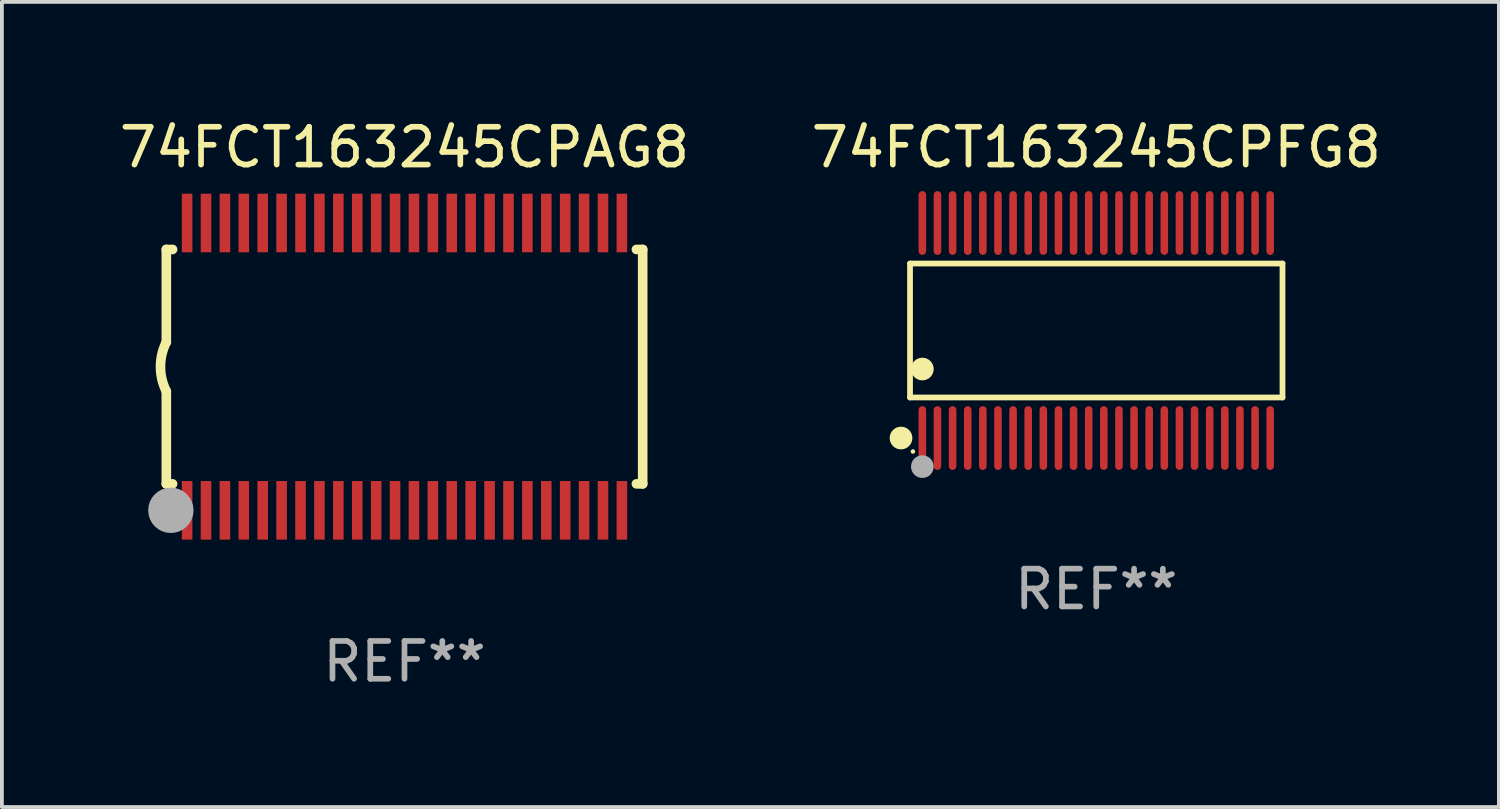
<source format=kicad_pcb>
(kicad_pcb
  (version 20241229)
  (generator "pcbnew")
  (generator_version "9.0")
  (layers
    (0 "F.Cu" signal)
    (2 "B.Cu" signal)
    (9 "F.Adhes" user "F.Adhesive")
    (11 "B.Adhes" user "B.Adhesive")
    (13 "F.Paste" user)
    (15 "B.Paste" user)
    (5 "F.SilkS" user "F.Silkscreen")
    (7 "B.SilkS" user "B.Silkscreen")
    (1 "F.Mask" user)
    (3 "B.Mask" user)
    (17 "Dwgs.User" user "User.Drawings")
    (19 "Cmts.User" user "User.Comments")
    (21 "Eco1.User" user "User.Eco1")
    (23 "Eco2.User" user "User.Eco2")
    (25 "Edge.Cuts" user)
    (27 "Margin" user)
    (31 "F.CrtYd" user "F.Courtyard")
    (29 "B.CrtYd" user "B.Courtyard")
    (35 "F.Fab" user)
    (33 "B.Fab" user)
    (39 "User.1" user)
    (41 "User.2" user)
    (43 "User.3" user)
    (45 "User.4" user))
  (footprint "74FCT163245CPAG8"
    (layer "F.Cu")
    (at 7.649 6.648)
    (property "Reference" "74FCT163245CPAG8" (at 0 -5.8 0) (layer "F.SilkS") (effects (font (size 1 1) (thickness 0.15))))
    (attr through_hole)
    (fp_line (start -6.3 -3.1) (end -6.3 -0.65) (stroke (width 0.254) (type solid)) (layer "F.SilkS"))
    (fp_line (start -6.3 -3.1) (end -6.134 -3.1) (stroke (width 0.254) (type solid)) (layer "F.SilkS"))
    (fp_line (start -6.3 3.1) (end -6.3 0.65) (stroke (width 0.254) (type solid)) (layer "F.SilkS"))
    (fp_line (start -6.3 3.1) (end -6.134 3.1) (stroke (width 0.254) (type solid)) (layer "F.SilkS"))
    (fp_line (start 6.134 -3.1) (end 6.3 -3.1) (stroke (width 0.254) (type solid)) (layer "F.SilkS"))
    (fp_line (start 6.134 3.1) (end 6.3 3.1) (stroke (width 0.254) (type solid)) (layer "F.SilkS"))
    (fp_line (start 6.3 -3.1) (end 6.3 3.1) (stroke (width 0.254) (type solid)) (layer "F.SilkS"))
    (fp_arc (start -6.301016 0.650114) (mid -6.45413 -0.000082) (end -6.3 -0.650038) (stroke (width 0.254001) (type solid)) (layer "F.SilkS"))
    (fp_circle (center -6.35 3.81) (end -6.223 3.81) (stroke (width 0.254) (type solid)) (fill no) (layer "F.SilkS"))
    (fp_circle (center -6.25 4.05) (end -6.22 4.05) (stroke (width 0.06) (type solid)) (fill no) (layer "F.SilkS"))
    (fp_circle (center -6.18 3.8) (end -5.88 3.8) (stroke (width 0.6) (type solid)) (fill no) (layer "F.Fab"))
    (fp_text user "REF**" (at 0 7.8 0) (layer "F.Fab") (effects (font (size 1 1) (thickness 0.15))))
    (pad "1" smd rect (at -5.75 3.8) (size 0.28 1.55) (layers "F.Cu" "F.Mask" "F.Paste"))
    (pad "2" smd rect (at -5.25 3.8) (size 0.28 1.55) (layers "F.Cu" "F.Mask" "F.Paste"))
    (pad "3" smd rect (at -4.75 3.8) (size 0.28 1.55) (layers "F.Cu" "F.Mask" "F.Paste"))
    (pad "4" smd rect (at -4.25 3.8) (size 0.28 1.55) (layers "F.Cu" "F.Mask" "F.Paste"))
    (pad "5" smd rect (at -3.75 3.8) (size 0.28 1.55) (layers "F.Cu" "F.Mask" "F.Paste"))
    (pad "6" smd rect (at -3.25 3.8) (size 0.28 1.55) (layers "F.Cu" "F.Mask" "F.Paste"))
    (pad "7" smd rect (at -2.75 3.8) (size 0.28 1.55) (layers "F.Cu" "F.Mask" "F.Paste"))
    (pad "8" smd rect (at -2.25 3.8) (size 0.28 1.55) (layers "F.Cu" "F.Mask" "F.Paste"))
    (pad "9" smd rect (at -1.75 3.8) (size 0.28 1.55) (layers "F.Cu" "F.Mask" "F.Paste"))
    (pad "10" smd rect (at -1.25 3.8) (size 0.28 1.55) (layers "F.Cu" "F.Mask" "F.Paste"))
    (pad "11" smd rect (at -0.75 3.8) (size 0.28 1.55) (layers "F.Cu" "F.Mask" "F.Paste"))
    (pad "12" smd rect (at -0.25 3.8) (size 0.28 1.55) (layers "F.Cu" "F.Mask" "F.Paste"))
    (pad "13" smd rect (at 0.25 3.8) (size 0.28 1.55) (layers "F.Cu" "F.Mask" "F.Paste"))
    (pad "14" smd rect (at 0.75 3.8) (size 0.28 1.55) (layers "F.Cu" "F.Mask" "F.Paste"))
    (pad "15" smd rect (at 1.25 3.8) (size 0.28 1.55) (layers "F.Cu" "F.Mask" "F.Paste"))
    (pad "16" smd rect (at 1.75 3.8) (size 0.28 1.55) (layers "F.Cu" "F.Mask" "F.Paste"))
    (pad "17" smd rect (at 2.25 3.8) (size 0.28 1.55) (layers "F.Cu" "F.Mask" "F.Paste"))
    (pad "18" smd rect (at 2.75 3.8) (size 0.28 1.55) (layers "F.Cu" "F.Mask" "F.Paste"))
    (pad "19" smd rect (at 3.25 3.8) (size 0.28 1.55) (layers "F.Cu" "F.Mask" "F.Paste"))
    (pad "20" smd rect (at 3.75 3.8) (size 0.28 1.55) (layers "F.Cu" "F.Mask" "F.Paste"))
    (pad "21" smd rect (at 4.25 3.8) (size 0.28 1.55) (layers "F.Cu" "F.Mask" "F.Paste"))
    (pad "22" smd rect (at 4.75 3.8) (size 0.28 1.55) (layers "F.Cu" "F.Mask" "F.Paste"))
    (pad "23" smd rect (at 5.25 3.8) (size 0.28 1.55) (layers "F.Cu" "F.Mask" "F.Paste"))
    (pad "24" smd rect (at 5.75 3.8) (size 0.28 1.55) (layers "F.Cu" "F.Mask" "F.Paste"))
    (pad "25" smd rect (at 5.75 -3.8) (size 0.28 1.55) (layers "F.Cu" "F.Mask" "F.Paste"))
    (pad "26" smd rect (at 5.25 -3.8) (size 0.28 1.55) (layers "F.Cu" "F.Mask" "F.Paste"))
    (pad "27" smd rect (at 4.75 -3.8) (size 0.28 1.55) (layers "F.Cu" "F.Mask" "F.Paste"))
    (pad "28" smd rect (at 4.25 -3.8) (size 0.28 1.55) (layers "F.Cu" "F.Mask" "F.Paste"))
    (pad "29" smd rect (at 3.75 -3.8) (size 0.28 1.55) (layers "F.Cu" "F.Mask" "F.Paste"))
    (pad "30" smd rect (at 3.25 -3.8) (size 0.28 1.55) (layers "F.Cu" "F.Mask" "F.Paste"))
    (pad "31" smd rect (at 2.75 -3.8) (size 0.28 1.55) (layers "F.Cu" "F.Mask" "F.Paste"))
    (pad "32" smd rect (at 2.25 -3.8) (size 0.28 1.55) (layers "F.Cu" "F.Mask" "F.Paste"))
    (pad "33" smd rect (at 1.75 -3.8) (size 0.28 1.55) (layers "F.Cu" "F.Mask" "F.Paste"))
    (pad "34" smd rect (at 1.25 -3.8) (size 0.28 1.55) (layers "F.Cu" "F.Mask" "F.Paste"))
    (pad "35" smd rect (at 0.75 -3.8) (size 0.28 1.55) (layers "F.Cu" "F.Mask" "F.Paste"))
    (pad "36" smd rect (at 0.25 -3.8) (size 0.28 1.55) (layers "F.Cu" "F.Mask" "F.Paste"))
    (pad "37" smd rect (at -0.25 -3.8) (size 0.28 1.55) (layers "F.Cu" "F.Mask" "F.Paste"))
    (pad "38" smd rect (at -0.75 -3.8) (size 0.28 1.55) (layers "F.Cu" "F.Mask" "F.Paste"))
    (pad "39" smd rect (at -1.25 -3.8) (size 0.28 1.55) (layers "F.Cu" "F.Mask" "F.Paste"))
    (pad "40" smd rect (at -1.75 -3.8) (size 0.28 1.55) (layers "F.Cu" "F.Mask" "F.Paste"))
    (pad "41" smd rect (at -2.25 -3.8) (size 0.28 1.55) (layers "F.Cu" "F.Mask" "F.Paste"))
    (pad "42" smd rect (at -2.75 -3.8) (size 0.28 1.55) (layers "F.Cu" "F.Mask" "F.Paste"))
    (pad "43" smd rect (at -3.25 -3.8) (size 0.28 1.55) (layers "F.Cu" "F.Mask" "F.Paste"))
    (pad "44" smd rect (at -3.75 -3.8) (size 0.28 1.55) (layers "F.Cu" "F.Mask" "F.Paste"))
    (pad "45" smd rect (at -4.25 -3.8) (size 0.28 1.55) (layers "F.Cu" "F.Mask" "F.Paste"))
    (pad "46" smd rect (at -4.75 -3.8) (size 0.28 1.55) (layers "F.Cu" "F.Mask" "F.Paste"))
    (pad "47" smd rect (at -5.25 -3.8) (size 0.28 1.55) (layers "F.Cu" "F.Mask" "F.Paste"))
    (pad "48" smd rect (at -5.75 -3.8) (size 0.28 1.55) (layers "F.Cu" "F.Mask" "F.Paste")))
  (footprint "74FCT163245CPFG8"
    (layer "F.Cu")
    (at 25.946 5.692)
    (property "Reference" "74FCT163245CPFG8" (at 0 -4.844 0) (layer "F.SilkS") (effects (font (size 1 1) (thickness 0.15))))
    (attr through_hole)
    (fp_line (start -4.926 -1.771) (end 4.926 -1.771) (stroke (width 0.152) (type solid)) (layer "F.SilkS"))
    (fp_line (start -4.926 1.771) (end -4.926 -1.771) (stroke (width 0.152) (type solid)) (layer "F.SilkS"))
    (fp_line (start 4.926 -1.771) (end 4.926 1.771) (stroke (width 0.152) (type solid)) (layer "F.SilkS"))
    (fp_line (start 4.926 1.771) (end -4.926 1.771) (stroke (width 0.152) (type solid)) (layer "F.SilkS"))
    (fp_circle (center -5.164 2.844) (end -5.014 2.844) (stroke (width 0.3) (type solid)) (fill no) (layer "F.SilkS"))
    (fp_circle (center -4.85 3.2) (end -4.82 3.2) (stroke (width 0.06) (type solid)) (fill no) (layer "F.SilkS"))
    (fp_circle (center -4.6 1.019) (end -4.45 1.019) (stroke (width 0.3) (type solid)) (fill no) (layer "F.SilkS"))
    (fp_circle (center -4.6 3.6) (end -4.45 3.6) (stroke (width 0.3) (type solid)) (fill no) (layer "F.Fab"))
    (fp_text user "REF**" (at 0 6.844 0) (layer "F.Fab") (effects (font (size 1 1) (thickness 0.15))))
    (pad "1" smd oval (at -4.6 2.844) (size 0.2 1.687) (layers "F.Cu" "F.Mask" "F.Paste"))
    (pad "2" smd oval (at -4.2 2.844) (size 0.2 1.687) (layers "F.Cu" "F.Mask" "F.Paste"))
    (pad "3" smd oval (at -3.8 2.844) (size 0.2 1.687) (layers "F.Cu" "F.Mask" "F.Paste"))
    (pad "4" smd oval (at -3.4 2.844) (size 0.2 1.687) (layers "F.Cu" "F.Mask" "F.Paste"))
    (pad "5" smd oval (at -3 2.844) (size 0.2 1.687) (layers "F.Cu" "F.Mask" "F.Paste"))
    (pad "6" smd oval (at -2.6 2.844) (size 0.2 1.687) (layers "F.Cu" "F.Mask" "F.Paste"))
    (pad "7" smd oval (at -2.2 2.844) (size 0.2 1.687) (layers "F.Cu" "F.Mask" "F.Paste"))
    (pad "8" smd oval (at -1.8 2.844) (size 0.2 1.687) (layers "F.Cu" "F.Mask" "F.Paste"))
    (pad "9" smd oval (at -1.4 2.844) (size 0.2 1.687) (layers "F.Cu" "F.Mask" "F.Paste"))
    (pad "10" smd oval (at -1 2.844) (size 0.2 1.687) (layers "F.Cu" "F.Mask" "F.Paste"))
    (pad "11" smd oval (at -0.6 2.844) (size 0.2 1.687) (layers "F.Cu" "F.Mask" "F.Paste"))
    (pad "12" smd oval (at -0.2 2.844) (size 0.2 1.687) (layers "F.Cu" "F.Mask" "F.Paste"))
    (pad "13" smd oval (at 0.2 2.844) (size 0.2 1.687) (layers "F.Cu" "F.Mask" "F.Paste"))
    (pad "14" smd oval (at 0.6 2.844) (size 0.2 1.687) (layers "F.Cu" "F.Mask" "F.Paste"))
    (pad "15" smd oval (at 1 2.844) (size 0.2 1.687) (layers "F.Cu" "F.Mask" "F.Paste"))
    (pad "16" smd oval (at 1.4 2.844) (size 0.2 1.687) (layers "F.Cu" "F.Mask" "F.Paste"))
    (pad "17" smd oval (at 1.8 2.844) (size 0.2 1.687) (layers "F.Cu" "F.Mask" "F.Paste"))
    (pad "18" smd oval (at 2.2 2.844) (size 0.2 1.687) (layers "F.Cu" "F.Mask" "F.Paste"))
    (pad "19" smd oval (at 2.6 2.844) (size 0.2 1.687) (layers "F.Cu" "F.Mask" "F.Paste"))
    (pad "20" smd oval (at 3 2.844) (size 0.2 1.687) (layers "F.Cu" "F.Mask" "F.Paste"))
    (pad "21" smd oval (at 3.4 2.844) (size 0.2 1.687) (layers "F.Cu" "F.Mask" "F.Paste"))
    (pad "22" smd oval (at 3.8 2.844) (size 0.2 1.687) (layers "F.Cu" "F.Mask" "F.Paste"))
    (pad "23" smd oval (at 4.2 2.844) (size 0.2 1.687) (layers "F.Cu" "F.Mask" "F.Paste"))
    (pad "24" smd oval (at 4.6 2.844) (size 0.2 1.687) (layers "F.Cu" "F.Mask" "F.Paste"))
    (pad "25" smd oval (at 4.6 -2.844) (size 0.2 1.687) (layers "F.Cu" "F.Mask" "F.Paste"))
    (pad "26" smd oval (at 4.2 -2.844) (size 0.2 1.687) (layers "F.Cu" "F.Mask" "F.Paste"))
    (pad "27" smd oval (at 3.8 -2.844) (size 0.2 1.687) (layers "F.Cu" "F.Mask" "F.Paste"))
    (pad "28" smd oval (at 3.4 -2.844) (size 0.2 1.687) (layers "F.Cu" "F.Mask" "F.Paste"))
    (pad "29" smd oval (at 3 -2.844) (size 0.2 1.687) (layers "F.Cu" "F.Mask" "F.Paste"))
    (pad "30" smd oval (at 2.6 -2.844) (size 0.2 1.687) (layers "F.Cu" "F.Mask" "F.Paste"))
    (pad "31" smd oval (at 2.2 -2.844) (size 0.2 1.687) (layers "F.Cu" "F.Mask" "F.Paste"))
    (pad "32" smd oval (at 1.8 -2.844) (size 0.2 1.687) (layers "F.Cu" "F.Mask" "F.Paste"))
    (pad "33" smd oval (at 1.4 -2.844) (size 0.2 1.687) (layers "F.Cu" "F.Mask" "F.Paste"))
    (pad "34" smd oval (at 1 -2.844) (size 0.2 1.687) (layers "F.Cu" "F.Mask" "F.Paste"))
    (pad "35" smd oval (at 0.6 -2.844) (size 0.2 1.687) (layers "F.Cu" "F.Mask" "F.Paste"))
    (pad "36" smd oval (at 0.2 -2.844) (size 0.2 1.687) (layers "F.Cu" "F.Mask" "F.Paste"))
    (pad "37" smd oval (at -0.2 -2.844) (size 0.2 1.687) (layers "F.Cu" "F.Mask" "F.Paste"))
    (pad "38" smd oval (at -0.6 -2.844) (size 0.2 1.687) (layers "F.Cu" "F.Mask" "F.Paste"))
    (pad "39" smd oval (at -1 -2.844) (size 0.2 1.687) (layers "F.Cu" "F.Mask" "F.Paste"))
    (pad "40" smd oval (at -1.4 -2.844) (size 0.2 1.687) (layers "F.Cu" "F.Mask" "F.Paste"))
    (pad "41" smd oval (at -1.8 -2.844) (size 0.2 1.687) (layers "F.Cu" "F.Mask" "F.Paste"))
    (pad "42" smd oval (at -2.2 -2.844) (size 0.2 1.687) (layers "F.Cu" "F.Mask" "F.Paste"))
    (pad "43" smd oval (at -2.6 -2.844) (size 0.2 1.687) (layers "F.Cu" "F.Mask" "F.Paste"))
    (pad "44" smd oval (at -3 -2.844) (size 0.2 1.687) (layers "F.Cu" "F.Mask" "F.Paste"))
    (pad "45" smd oval (at -3.4 -2.844) (size 0.2 1.687) (layers "F.Cu" "F.Mask" "F.Paste"))
    (pad "46" smd oval (at -3.8 -2.844) (size 0.2 1.687) (layers "F.Cu" "F.Mask" "F.Paste"))
    (pad "47" smd oval (at -4.2 -2.844) (size 0.2 1.687) (layers "F.Cu" "F.Mask" "F.Paste"))
    (pad "48" smd oval (at -4.6 -2.844) (size 0.2 1.687) (layers "F.Cu" "F.Mask" "F.Paste")))
  (gr_rect
    (start -3 -3)
    (end 36.595 18.296)
    (stroke (width 0.1) (type default))
    (fill no)
    (layer "Edge.Cuts")))
</source>
